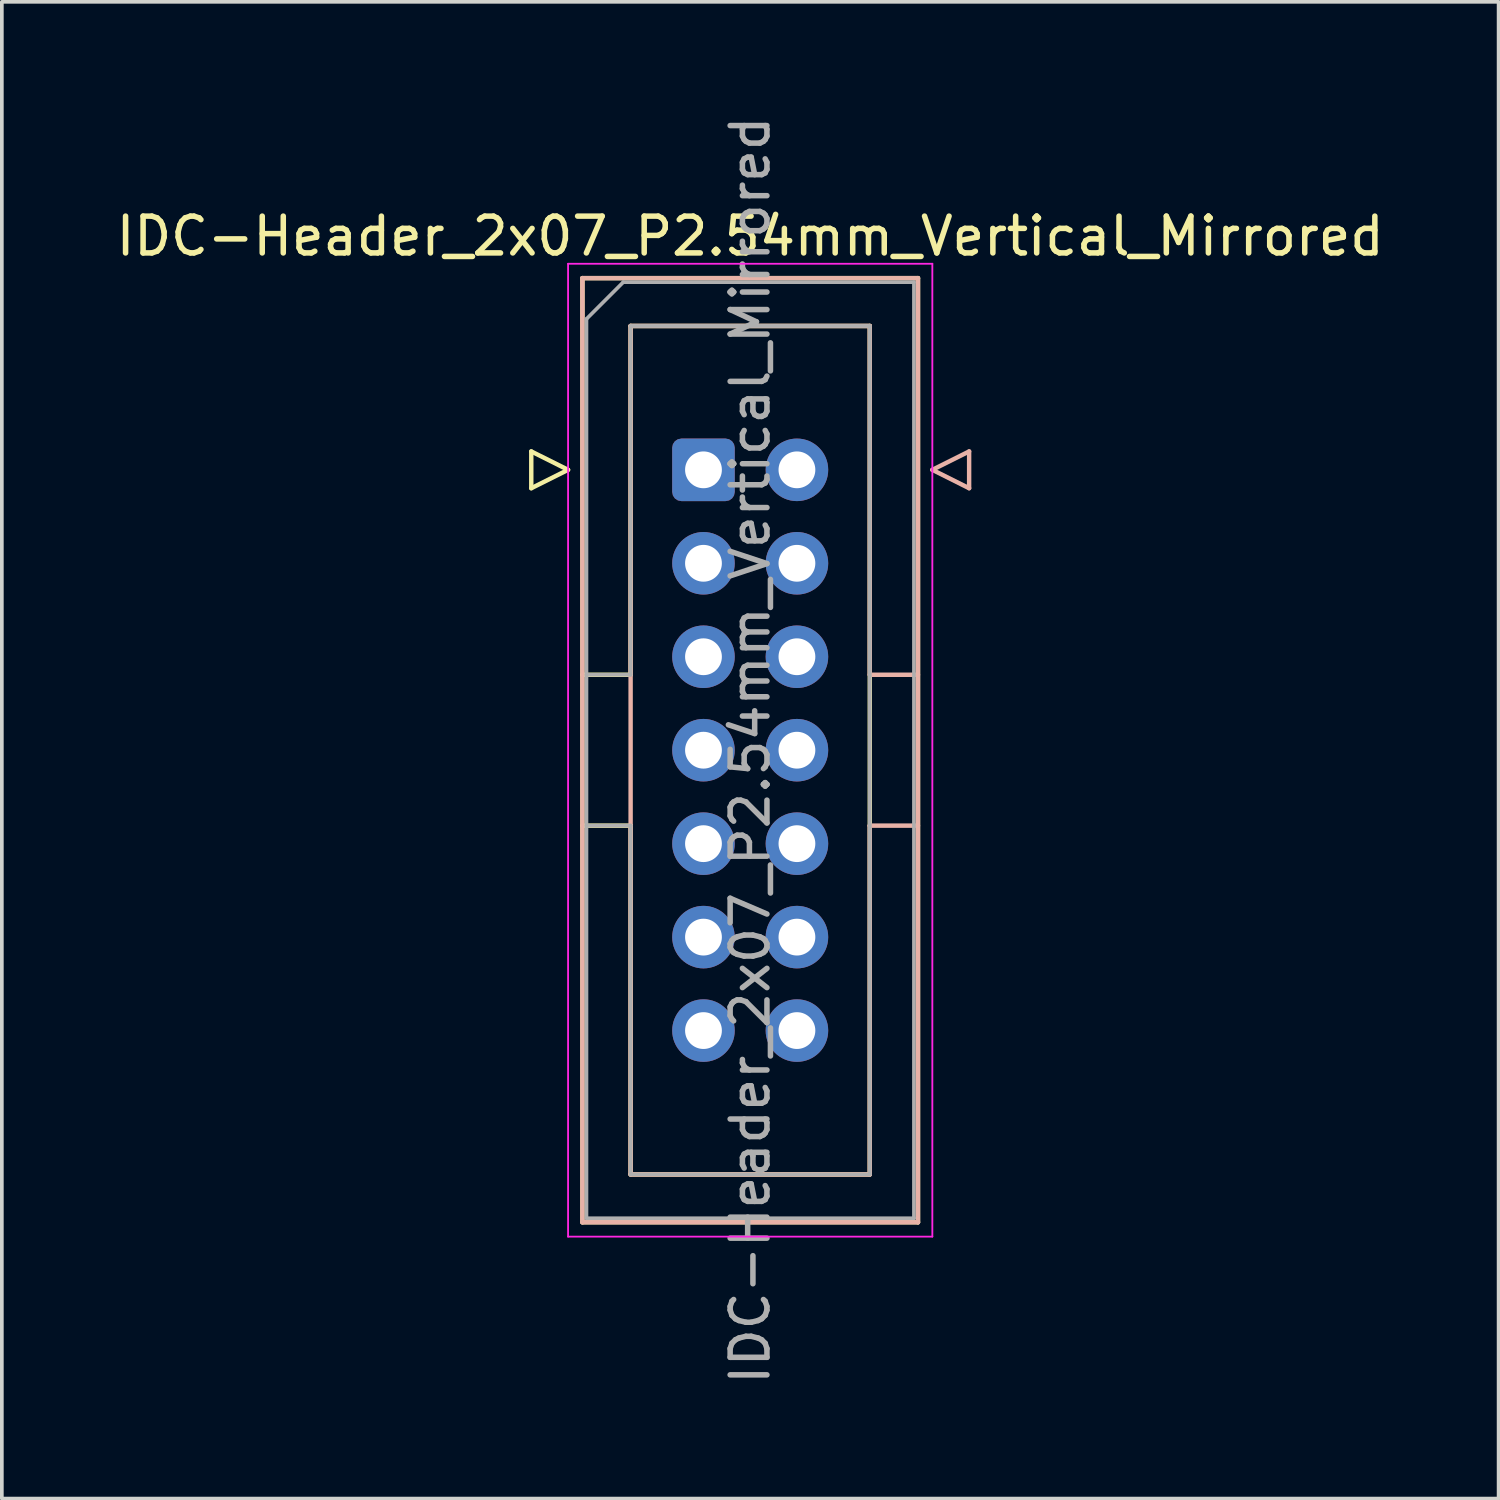
<source format=kicad_pcb>
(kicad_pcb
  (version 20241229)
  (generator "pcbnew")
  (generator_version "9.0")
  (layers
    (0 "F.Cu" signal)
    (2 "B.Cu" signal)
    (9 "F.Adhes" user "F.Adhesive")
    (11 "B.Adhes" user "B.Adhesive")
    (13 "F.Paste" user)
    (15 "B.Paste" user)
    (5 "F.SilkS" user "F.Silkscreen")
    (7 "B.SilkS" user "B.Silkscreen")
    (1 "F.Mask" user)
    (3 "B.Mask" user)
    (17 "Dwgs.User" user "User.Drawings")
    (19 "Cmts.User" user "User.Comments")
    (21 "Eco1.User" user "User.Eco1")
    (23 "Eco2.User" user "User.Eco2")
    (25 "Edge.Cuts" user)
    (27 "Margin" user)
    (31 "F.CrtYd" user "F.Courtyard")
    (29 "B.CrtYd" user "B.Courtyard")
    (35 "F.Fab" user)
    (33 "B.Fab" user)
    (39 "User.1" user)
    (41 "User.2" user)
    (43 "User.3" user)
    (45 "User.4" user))
  (footprint "IDC-Header_2x07_P2.54mm_Vertical_Mirrored"
    (layer "F.Cu")
    (at 16.069 9.719)
    (property "Reference" "IDC-Header_2x07_P2.54mm_Vertical_Mirrored" (at 1.27 -6.35 0) (layer "F.SilkS") (effects (font (size 1 1) (thickness 0.15))))
    (attr through_hole)
    (fp_line (start -4.68 -0.5) (end -4.68 0.5) (stroke (width 0.12) (type solid)) (layer "F.SilkS"))
    (fp_line (start -4.68 0.5) (end -3.68 0) (stroke (width 0.12) (type solid)) (layer "F.SilkS"))
    (fp_line (start -3.68 0) (end -4.68 -0.5) (stroke (width 0.12) (type solid)) (layer "F.SilkS"))
    (fp_line (start -3.29 -5.21) (end 5.83 -5.21) (stroke (width 0.12) (type solid)) (layer "F.SilkS"))
    (fp_line (start -3.29 5.57) (end -1.98 5.57) (stroke (width 0.12) (type solid)) (layer "F.SilkS"))
    (fp_line (start -3.29 20.45) (end -3.29 -5.21) (stroke (width 0.12) (type solid)) (layer "F.SilkS"))
    (fp_line (start -1.98 -3.91) (end 4.52 -3.91) (stroke (width 0.12) (type solid)) (layer "F.SilkS"))
    (fp_line (start -1.98 5.57) (end -1.98 -3.91) (stroke (width 0.12) (type solid)) (layer "F.SilkS"))
    (fp_line (start -1.98 9.67) (end -3.29 9.67) (stroke (width 0.12) (type solid)) (layer "F.SilkS"))
    (fp_line (start -1.98 9.67) (end -1.98 9.67) (stroke (width 0.12) (type solid)) (layer "F.SilkS"))
    (fp_line (start -1.98 19.15) (end -1.98 9.67) (stroke (width 0.12) (type solid)) (layer "F.SilkS"))
    (fp_line (start 4.52 -3.91) (end 4.52 19.15) (stroke (width 0.12) (type solid)) (layer "F.SilkS"))
    (fp_line (start 4.52 19.15) (end -1.98 19.15) (stroke (width 0.12) (type solid)) (layer "F.SilkS"))
    (fp_line (start 5.83 -5.21) (end 5.83 20.45) (stroke (width 0.12) (type solid)) (layer "F.SilkS"))
    (fp_line (start 5.83 20.45) (end -3.29 20.45) (stroke (width 0.12) (type solid)) (layer "F.SilkS"))
    (fp_line (start -3.29 -5.21) (end -3.29 20.45) (stroke (width 0.12) (type solid)) (layer "B.SilkS"))
    (fp_line (start -3.29 20.45) (end 5.83 20.45) (stroke (width 0.12) (type solid)) (layer "B.SilkS"))
    (fp_line (start -1.98 -3.91) (end -1.98 19.15) (stroke (width 0.12) (type solid)) (layer "B.SilkS"))
    (fp_line (start -1.98 19.15) (end 4.52 19.15) (stroke (width 0.12) (type solid)) (layer "B.SilkS"))
    (fp_line (start 4.52 -3.91) (end -1.98 -3.91) (stroke (width 0.12) (type solid)) (layer "B.SilkS"))
    (fp_line (start 4.52 5.57) (end 4.52 -3.91) (stroke (width 0.12) (type solid)) (layer "B.SilkS"))
    (fp_line (start 4.52 9.67) (end 4.52 9.67) (stroke (width 0.12) (type solid)) (layer "B.SilkS"))
    (fp_line (start 4.52 9.67) (end 5.83 9.67) (stroke (width 0.12) (type solid)) (layer "B.SilkS"))
    (fp_line (start 4.52 19.15) (end 4.52 9.67) (stroke (width 0.12) (type solid)) (layer "B.SilkS"))
    (fp_line (start 5.83 -5.21) (end -3.29 -5.21) (stroke (width 0.12) (type solid)) (layer "B.SilkS"))
    (fp_line (start 5.83 5.57) (end 4.52 5.57) (stroke (width 0.12) (type solid)) (layer "B.SilkS"))
    (fp_line (start 5.83 20.45) (end 5.83 -5.21) (stroke (width 0.12) (type solid)) (layer "B.SilkS"))
    (fp_line (start 6.22 0) (end 7.22 -0.5) (stroke (width 0.12) (type solid)) (layer "B.SilkS"))
    (fp_line (start 7.22 -0.5) (end 7.22 0.5) (stroke (width 0.12) (type solid)) (layer "B.SilkS"))
    (fp_line (start 7.22 0.5) (end 6.22 0) (stroke (width 0.12) (type solid)) (layer "B.SilkS"))
    (fp_line (start -3.68 -5.6) (end -3.68 20.84) (stroke (width 0.05) (type solid)) (layer "F.CrtYd"))
    (fp_line (start -3.68 20.84) (end 6.22 20.84) (stroke (width 0.05) (type solid)) (layer "F.CrtYd"))
    (fp_line (start 6.22 -5.6) (end -3.68 -5.6) (stroke (width 0.05) (type solid)) (layer "F.CrtYd"))
    (fp_line (start 6.22 20.84) (end 6.22 -5.6) (stroke (width 0.05) (type solid)) (layer "F.CrtYd"))
    (fp_line (start -3.18 -4.1) (end -2.18 -5.1) (stroke (width 0.1) (type solid)) (layer "F.Fab"))
    (fp_line (start -3.18 5.57) (end -1.98 5.57) (stroke (width 0.1) (type solid)) (layer "F.Fab"))
    (fp_line (start -3.18 20.34) (end -3.18 -4.1) (stroke (width 0.1) (type solid)) (layer "F.Fab"))
    (fp_line (start -2.18 -5.1) (end 5.72 -5.1) (stroke (width 0.1) (type solid)) (layer "F.Fab"))
    (fp_line (start -1.98 -3.91) (end 4.52 -3.91) (stroke (width 0.1) (type solid)) (layer "F.Fab"))
    (fp_line (start -1.98 5.57) (end -1.98 -3.91) (stroke (width 0.1) (type solid)) (layer "F.Fab"))
    (fp_line (start -1.98 9.67) (end -3.18 9.67) (stroke (width 0.1) (type solid)) (layer "F.Fab"))
    (fp_line (start -1.98 9.67) (end -1.98 9.67) (stroke (width 0.1) (type solid)) (layer "F.Fab"))
    (fp_line (start -1.98 19.15) (end -1.98 9.67) (stroke (width 0.1) (type solid)) (layer "F.Fab"))
    (fp_line (start 4.52 -3.91) (end 4.52 19.15) (stroke (width 0.1) (type solid)) (layer "F.Fab"))
    (fp_line (start 4.52 19.15) (end -1.98 19.15) (stroke (width 0.1) (type solid)) (layer "F.Fab"))
    (fp_line (start 5.72 -5.1) (end 5.72 20.34) (stroke (width 0.1) (type solid)) (layer "F.Fab"))
    (fp_line (start 5.72 20.34) (end -3.18 20.34) (stroke (width 0.1) (type solid)) (layer "F.Fab"))
    (fp_text user "${REFERENCE}" (at 1.27 7.62 90) (layer "F.Fab") (effects (font (size 1 1) (thickness 0.15))))
    (pad "1" thru_hole roundrect (at 0 0) (size 1.7 1.7) (drill 1) (layers "*.Cu" "*.Mask") (roundrect_rratio 0.147))
    (pad "2" thru_hole circle (at 2.54 0) (size 1.7 1.7) (drill 1) (layers "*.Cu" "*.Mask"))
    (pad "3" thru_hole circle (at 0 2.54) (size 1.7 1.7) (drill 1) (layers "*.Cu" "*.Mask"))
    (pad "4" thru_hole circle (at 2.54 2.54) (size 1.7 1.7) (drill 1) (layers "*.Cu" "*.Mask"))
    (pad "5" thru_hole circle (at 0 5.08) (size 1.7 1.7) (drill 1) (layers "*.Cu" "*.Mask"))
    (pad "6" thru_hole circle (at 2.54 5.08) (size 1.7 1.7) (drill 1) (layers "*.Cu" "*.Mask"))
    (pad "7" thru_hole circle (at 0 7.62) (size 1.7 1.7) (drill 1) (layers "*.Cu" "*.Mask"))
    (pad "8" thru_hole circle (at 2.54 7.62) (size 1.7 1.7) (drill 1) (layers "*.Cu" "*.Mask"))
    (pad "9" thru_hole circle (at 0 10.16) (size 1.7 1.7) (drill 1) (layers "*.Cu" "*.Mask"))
    (pad "10" thru_hole circle (at 2.54 10.16) (size 1.7 1.7) (drill 1) (layers "*.Cu" "*.Mask"))
    (pad "11" thru_hole circle (at 0 12.7) (size 1.7 1.7) (drill 1) (layers "*.Cu" "*.Mask"))
    (pad "12" thru_hole circle (at 2.54 12.7) (size 1.7 1.7) (drill 1) (layers "*.Cu" "*.Mask"))
    (pad "13" thru_hole circle (at 0 15.24) (size 1.7 1.7) (drill 1) (layers "*.Cu" "*.Mask"))
    (pad "14" thru_hole circle (at 2.54 15.24) (size 1.7 1.7) (drill 1) (layers "*.Cu" "*.Mask")))
  (gr_rect
    (start -3 -3)
    (end 37.679 37.679)
    (stroke (width 0.1) (type default))
    (fill no)
    (layer "Edge.Cuts")))
</source>
